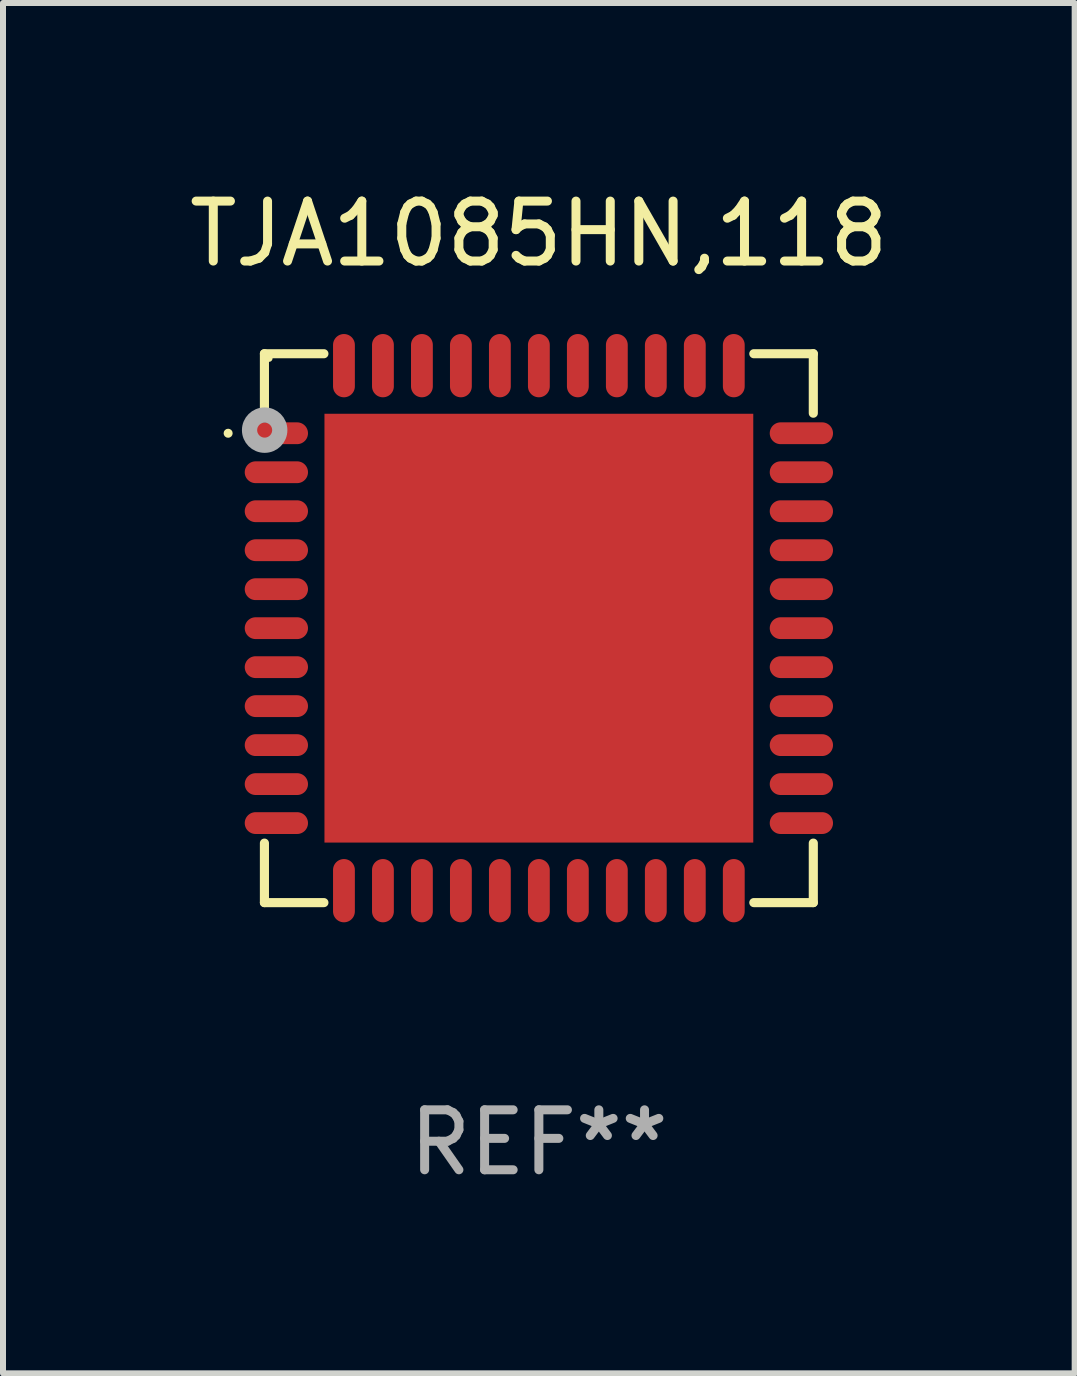
<source format=kicad_pcb>
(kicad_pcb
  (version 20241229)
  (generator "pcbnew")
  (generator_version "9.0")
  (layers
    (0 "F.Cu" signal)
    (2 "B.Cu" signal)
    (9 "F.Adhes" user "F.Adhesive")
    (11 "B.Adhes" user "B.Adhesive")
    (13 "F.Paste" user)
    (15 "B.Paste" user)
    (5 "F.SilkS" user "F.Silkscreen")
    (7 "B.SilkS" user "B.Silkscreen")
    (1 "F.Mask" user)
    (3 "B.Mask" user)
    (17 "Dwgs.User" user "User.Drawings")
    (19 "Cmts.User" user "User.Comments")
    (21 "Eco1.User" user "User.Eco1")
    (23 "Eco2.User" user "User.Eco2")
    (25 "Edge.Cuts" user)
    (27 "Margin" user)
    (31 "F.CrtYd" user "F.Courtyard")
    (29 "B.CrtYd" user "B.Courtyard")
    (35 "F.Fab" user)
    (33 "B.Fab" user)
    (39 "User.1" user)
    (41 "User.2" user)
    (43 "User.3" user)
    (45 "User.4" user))
  (footprint "TJA1085HN,118"
    (layer "F.Cu")
    (at 5.935 7.424)
    (property "Reference" "TJA1085HN,118" (at 0 -6.576 0) (layer "F.SilkS") (effects (font (size 1 1) (thickness 0.15))))
    (attr through_hole)
    (fp_line (start -4.576 -4.576) (end -3.584 -4.576) (stroke (width 0.152) (type solid)) (layer "F.SilkS"))
    (fp_line (start -4.576 -3.584) (end -4.576 -4.576) (stroke (width 0.152) (type solid)) (layer "F.SilkS"))
    (fp_line (start -4.576 3.584) (end -4.576 4.576) (stroke (width 0.152) (type solid)) (layer "F.SilkS"))
    (fp_line (start -4.576 4.576) (end -3.584 4.576) (stroke (width 0.152) (type solid)) (layer "F.SilkS"))
    (fp_line (start 4.576 -4.576) (end 3.584 -4.576) (stroke (width 0.152) (type solid)) (layer "F.SilkS"))
    (fp_line (start 4.576 -3.584) (end 4.576 -4.576) (stroke (width 0.152) (type solid)) (layer "F.SilkS"))
    (fp_line (start 4.576 3.584) (end 4.576 4.576) (stroke (width 0.152) (type solid)) (layer "F.SilkS"))
    (fp_line (start 4.576 4.576) (end 3.584 4.576) (stroke (width 0.152) (type solid)) (layer "F.SilkS"))
    (fp_circle (center -5.181 -3.25) (end -5.143 -3.25) (stroke (width 0.075) (type solid)) (fill no) (layer "F.SilkS"))
    (fp_circle (center -4.5 -4.5) (end -4.47 -4.5) (stroke (width 0.06) (type solid)) (fill no) (layer "F.SilkS"))
    (fp_circle (center -4.572 -3.302) (end -4.447 -3.302) (stroke (width 0.254) (type solid)) (fill no) (layer "F.Fab"))
    (fp_text user "REF**" (at 0 8.576 0) (layer "F.Fab") (effects (font (size 1 1) (thickness 0.15))))
    (pad "1" smd oval (at -4.377 -3.25) (size 1.055 0.364) (layers "F.Cu" "F.Mask" "F.Paste"))
    (pad "2" smd oval (at -4.377 -2.6) (size 1.055 0.364) (layers "F.Cu" "F.Mask" "F.Paste"))
    (pad "3" smd oval (at -4.377 -1.95) (size 1.055 0.364) (layers "F.Cu" "F.Mask" "F.Paste"))
    (pad "4" smd oval (at -4.377 -1.3) (size 1.055 0.364) (layers "F.Cu" "F.Mask" "F.Paste"))
    (pad "5" smd oval (at -4.377 -0.65) (size 1.055 0.364) (layers "F.Cu" "F.Mask" "F.Paste"))
    (pad "6" smd oval (at -4.377 0) (size 1.055 0.364) (layers "F.Cu" "F.Mask" "F.Paste"))
    (pad "7" smd oval (at -4.377 0.65) (size 1.055 0.364) (layers "F.Cu" "F.Mask" "F.Paste"))
    (pad "8" smd oval (at -4.377 1.3) (size 1.055 0.364) (layers "F.Cu" "F.Mask" "F.Paste"))
    (pad "9" smd oval (at -4.377 1.95) (size 1.055 0.364) (layers "F.Cu" "F.Mask" "F.Paste"))
    (pad "10" smd oval (at -4.377 2.6) (size 1.055 0.364) (layers "F.Cu" "F.Mask" "F.Paste"))
    (pad "11" smd oval (at -4.377 3.25) (size 1.055 0.364) (layers "F.Cu" "F.Mask" "F.Paste"))
    (pad "12" smd oval (at -3.25 4.377) (size 0.364 1.055) (layers "F.Cu" "F.Mask" "F.Paste"))
    (pad "13" smd oval (at -2.6 4.377) (size 0.364 1.055) (layers "F.Cu" "F.Mask" "F.Paste"))
    (pad "14" smd oval (at -1.95 4.377) (size 0.364 1.055) (layers "F.Cu" "F.Mask" "F.Paste"))
    (pad "15" smd oval (at -1.3 4.377) (size 0.364 1.055) (layers "F.Cu" "F.Mask" "F.Paste"))
    (pad "16" smd oval (at -0.65 4.377) (size 0.364 1.055) (layers "F.Cu" "F.Mask" "F.Paste"))
    (pad "17" smd oval (at 0 4.377) (size 0.364 1.055) (layers "F.Cu" "F.Mask" "F.Paste"))
    (pad "18" smd oval (at 0.65 4.377) (size 0.364 1.055) (layers "F.Cu" "F.Mask" "F.Paste"))
    (pad "19" smd oval (at 1.3 4.377) (size 0.364 1.055) (layers "F.Cu" "F.Mask" "F.Paste"))
    (pad "20" smd oval (at 1.95 4.377) (size 0.364 1.055) (layers "F.Cu" "F.Mask" "F.Paste"))
    (pad "21" smd oval (at 2.6 4.377) (size 0.364 1.055) (layers "F.Cu" "F.Mask" "F.Paste"))
    (pad "22" smd oval (at 3.25 4.377) (size 0.364 1.055) (layers "F.Cu" "F.Mask" "F.Paste"))
    (pad "23" smd oval (at 4.377 3.25) (size 1.055 0.364) (layers "F.Cu" "F.Mask" "F.Paste"))
    (pad "24" smd oval (at 4.377 2.6) (size 1.055 0.364) (layers "F.Cu" "F.Mask" "F.Paste"))
    (pad "25" smd oval (at 4.377 1.95) (size 1.055 0.364) (layers "F.Cu" "F.Mask" "F.Paste"))
    (pad "26" smd oval (at 4.377 1.3) (size 1.055 0.364) (layers "F.Cu" "F.Mask" "F.Paste"))
    (pad "27" smd oval (at 4.377 0.65) (size 1.055 0.364) (layers "F.Cu" "F.Mask" "F.Paste"))
    (pad "28" smd oval (at 4.377 0) (size 1.055 0.364) (layers "F.Cu" "F.Mask" "F.Paste"))
    (pad "29" smd oval (at 4.377 -0.65) (size 1.055 0.364) (layers "F.Cu" "F.Mask" "F.Paste"))
    (pad "30" smd oval (at 4.377 -1.3) (size 1.055 0.364) (layers "F.Cu" "F.Mask" "F.Paste"))
    (pad "31" smd oval (at 4.377 -1.95) (size 1.055 0.364) (layers "F.Cu" "F.Mask" "F.Paste"))
    (pad "32" smd oval (at 4.377 -2.6) (size 1.055 0.364) (layers "F.Cu" "F.Mask" "F.Paste"))
    (pad "33" smd oval (at 4.377 -3.25) (size 1.055 0.364) (layers "F.Cu" "F.Mask" "F.Paste"))
    (pad "34" smd oval (at 3.25 -4.377) (size 0.364 1.055) (layers "F.Cu" "F.Mask" "F.Paste"))
    (pad "35" smd oval (at 2.6 -4.377) (size 0.364 1.055) (layers "F.Cu" "F.Mask" "F.Paste"))
    (pad "36" smd oval (at 1.95 -4.377) (size 0.364 1.055) (layers "F.Cu" "F.Mask" "F.Paste"))
    (pad "37" smd oval (at 1.3 -4.377) (size 0.364 1.055) (layers "F.Cu" "F.Mask" "F.Paste"))
    (pad "38" smd oval (at 0.65 -4.377) (size 0.364 1.055) (layers "F.Cu" "F.Mask" "F.Paste"))
    (pad "39" smd oval (at 0 -4.377) (size 0.364 1.055) (layers "F.Cu" "F.Mask" "F.Paste"))
    (pad "40" smd oval (at -0.65 -4.377) (size 0.364 1.055) (layers "F.Cu" "F.Mask" "F.Paste"))
    (pad "41" smd oval (at -1.3 -4.377) (size 0.364 1.055) (layers "F.Cu" "F.Mask" "F.Paste"))
    (pad "42" smd oval (at -1.95 -4.377) (size 0.364 1.055) (layers "F.Cu" "F.Mask" "F.Paste"))
    (pad "43" smd oval (at -2.6 -4.377) (size 0.364 1.055) (layers "F.Cu" "F.Mask" "F.Paste"))
    (pad "44" smd oval (at -3.25 -4.377) (size 0.364 1.055) (layers "F.Cu" "F.Mask" "F.Paste"))
    (pad "45" smd rect (at 0 0) (size 7.15 7.15) (layers "F.Cu" "F.Mask" "F.Paste")))
  (gr_rect
    (start -3 -3)
    (end 14.869 19.849)
    (stroke (width 0.1) (type default))
    (fill no)
    (layer "Edge.Cuts")))
</source>
